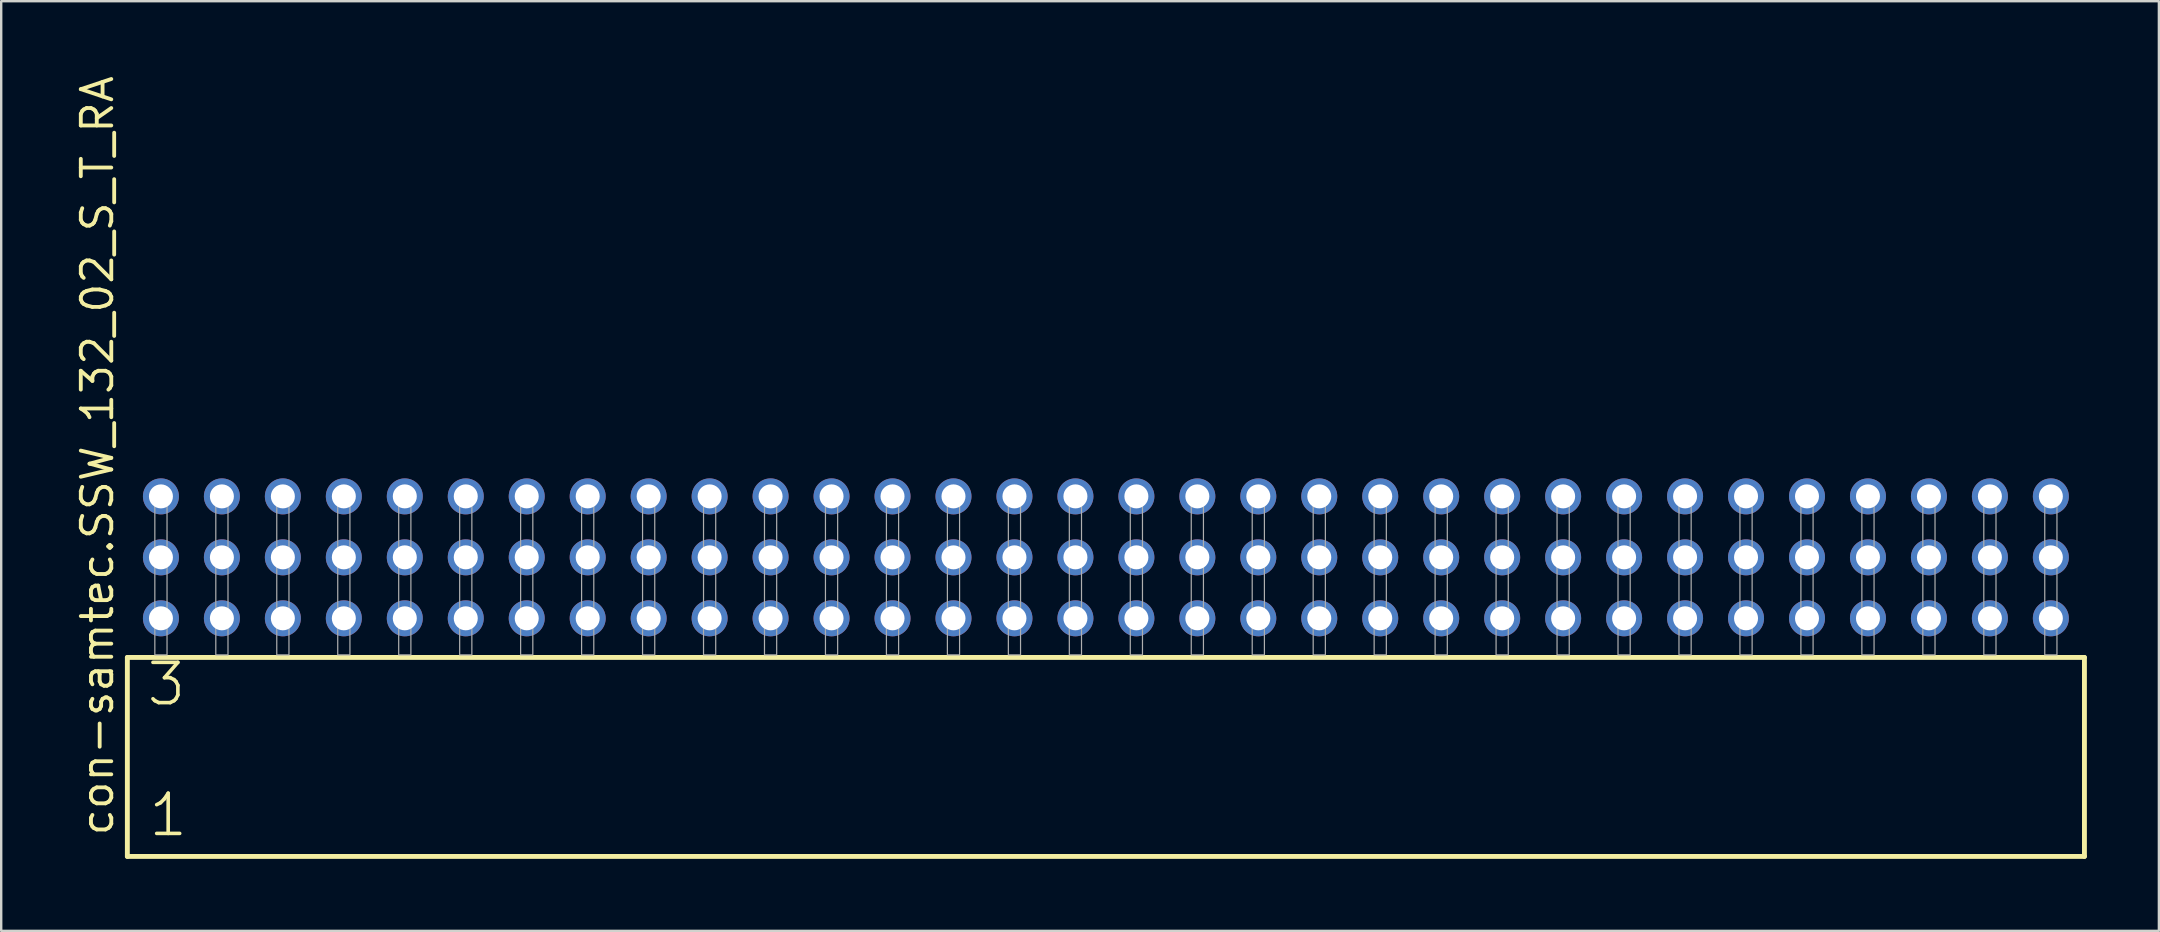
<source format=kicad_pcb>
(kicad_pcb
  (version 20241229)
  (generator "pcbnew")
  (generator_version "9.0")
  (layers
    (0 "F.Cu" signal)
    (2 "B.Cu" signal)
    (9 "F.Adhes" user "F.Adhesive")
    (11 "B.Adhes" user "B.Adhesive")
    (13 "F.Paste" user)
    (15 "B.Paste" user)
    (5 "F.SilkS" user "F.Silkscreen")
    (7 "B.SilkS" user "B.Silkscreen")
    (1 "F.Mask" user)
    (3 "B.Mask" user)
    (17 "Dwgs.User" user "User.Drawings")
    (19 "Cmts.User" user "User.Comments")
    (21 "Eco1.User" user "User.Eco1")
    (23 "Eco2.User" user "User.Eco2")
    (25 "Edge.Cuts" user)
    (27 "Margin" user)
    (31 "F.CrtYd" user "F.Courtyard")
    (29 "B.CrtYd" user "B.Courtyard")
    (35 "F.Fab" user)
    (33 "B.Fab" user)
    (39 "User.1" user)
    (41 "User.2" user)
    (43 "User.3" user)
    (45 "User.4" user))
  (footprint "con-samtec.SSW_132_02_S_T_RA"
    (layer "F.Cu")
    (at 43.025 24.235)
    (property "Reference" "con-samtec.SSW_132_02_S_T_RA" (at -41.275 7.62 90) (layer "F.SilkS") (effects (font (size 1.27 1.27) (thickness 0.16)) (justify left bottom)))
    (attr through_hole)
    (fp_line (start -40.769 0.106) (end -40.769 8.396) (stroke (width 0.203) (type default)) (layer "F.SilkS"))
    (fp_line (start -40.769 8.396) (end 40.769 8.396) (stroke (width 0.203) (type default)) (layer "F.SilkS"))
    (fp_line (start 40.769 0.106) (end -40.769 0.106) (stroke (width 0.203) (type default)) (layer "F.SilkS"))
    (fp_line (start 40.769 8.396) (end 40.769 0.106) (stroke (width 0.203) (type default)) (layer "F.SilkS"))
    (fp_rect (start -39.624 0) (end -39.116 -6.858) (stroke (width 0.05) (type default)) (fill no) (layer "F.Fab"))
    (fp_rect (start -37.084 0) (end -36.576 -6.858) (stroke (width 0.05) (type default)) (fill no) (layer "F.Fab"))
    (fp_rect (start -34.544 0) (end -34.036 -6.858) (stroke (width 0.05) (type default)) (fill no) (layer "F.Fab"))
    (fp_rect (start -32.004 0) (end -31.496 -6.858) (stroke (width 0.05) (type default)) (fill no) (layer "F.Fab"))
    (fp_rect (start -29.464 0) (end -28.956 -6.858) (stroke (width 0.05) (type default)) (fill no) (layer "F.Fab"))
    (fp_rect (start -26.924 0) (end -26.416 -6.858) (stroke (width 0.05) (type default)) (fill no) (layer "F.Fab"))
    (fp_rect (start -24.384 0) (end -23.876 -6.858) (stroke (width 0.05) (type default)) (fill no) (layer "F.Fab"))
    (fp_rect (start -21.844 0) (end -21.336 -6.858) (stroke (width 0.05) (type default)) (fill no) (layer "F.Fab"))
    (fp_rect (start -19.304 0) (end -18.796 -6.858) (stroke (width 0.05) (type default)) (fill no) (layer "F.Fab"))
    (fp_rect (start -16.764 0) (end -16.256 -6.858) (stroke (width 0.05) (type default)) (fill no) (layer "F.Fab"))
    (fp_rect (start -14.224 0) (end -13.716 -6.858) (stroke (width 0.05) (type default)) (fill no) (layer "F.Fab"))
    (fp_rect (start -11.684 0) (end -11.176 -6.858) (stroke (width 0.05) (type default)) (fill no) (layer "F.Fab"))
    (fp_rect (start -9.144 0) (end -8.636 -6.858) (stroke (width 0.05) (type default)) (fill no) (layer "F.Fab"))
    (fp_rect (start -6.604 0) (end -6.096 -6.858) (stroke (width 0.05) (type default)) (fill no) (layer "F.Fab"))
    (fp_rect (start -4.064 0) (end -3.556 -6.858) (stroke (width 0.05) (type default)) (fill no) (layer "F.Fab"))
    (fp_rect (start -1.524 0) (end -1.016 -6.858) (stroke (width 0.05) (type default)) (fill no) (layer "F.Fab"))
    (fp_rect (start 1.016 0) (end 1.524 -6.858) (stroke (width 0.05) (type default)) (fill no) (layer "F.Fab"))
    (fp_rect (start 3.556 0) (end 4.064 -6.858) (stroke (width 0.05) (type default)) (fill no) (layer "F.Fab"))
    (fp_rect (start 6.096 0) (end 6.604 -6.858) (stroke (width 0.05) (type default)) (fill no) (layer "F.Fab"))
    (fp_rect (start 8.636 0) (end 9.144 -6.858) (stroke (width 0.05) (type default)) (fill no) (layer "F.Fab"))
    (fp_rect (start 11.176 0) (end 11.684 -6.858) (stroke (width 0.05) (type default)) (fill no) (layer "F.Fab"))
    (fp_rect (start 13.716 0) (end 14.224 -6.858) (stroke (width 0.05) (type default)) (fill no) (layer "F.Fab"))
    (fp_rect (start 16.256 0) (end 16.764 -6.858) (stroke (width 0.05) (type default)) (fill no) (layer "F.Fab"))
    (fp_rect (start 18.796 0) (end 19.304 -6.858) (stroke (width 0.05) (type default)) (fill no) (layer "F.Fab"))
    (fp_rect (start 21.336 0) (end 21.844 -6.858) (stroke (width 0.05) (type default)) (fill no) (layer "F.Fab"))
    (fp_rect (start 23.876 0) (end 24.384 -6.858) (stroke (width 0.05) (type default)) (fill no) (layer "F.Fab"))
    (fp_rect (start 26.416 0) (end 26.924 -6.858) (stroke (width 0.05) (type default)) (fill no) (layer "F.Fab"))
    (fp_rect (start 28.956 0) (end 29.464 -6.858) (stroke (width 0.05) (type default)) (fill no) (layer "F.Fab"))
    (fp_rect (start 31.496 0) (end 32.004 -6.858) (stroke (width 0.05) (type default)) (fill no) (layer "F.Fab"))
    (fp_rect (start 34.036 0) (end 34.544 -6.858) (stroke (width 0.05) (type default)) (fill no) (layer "F.Fab"))
    (fp_rect (start 36.576 0) (end 37.084 -6.858) (stroke (width 0.05) (type default)) (fill no) (layer "F.Fab"))
    (fp_rect (start 39.116 0) (end 39.624 -6.858) (stroke (width 0.05) (type default)) (fill no) (layer "F.Fab"))
    (fp_text user "1" (at -39.965 7.65 0) (layer "F.SilkS") (effects (font (size 1.676 1.676) (thickness 0.15)) (justify left bottom)))
    (fp_text user "3" (at -40.04 2.2 0) (layer "F.SilkS") (effects (font (size 1.676 1.676) (thickness 0.15)) (justify left bottom)))
    (pad "1" thru_hole circle (at -39.37 -1.524) (size 1.5 1.5) (drill 1) (layers "*.Cu" "*.Mask"))
    (pad "2" thru_hole circle (at -39.37 -4.064) (size 1.5 1.5) (drill 1) (layers "*.Cu" "*.Mask"))
    (pad "3" thru_hole circle (at -39.37 -6.604) (size 1.5 1.5) (drill 1) (layers "*.Cu" "*.Mask"))
    (pad "4" thru_hole circle (at -36.83 -1.524) (size 1.5 1.5) (drill 1) (layers "*.Cu" "*.Mask"))
    (pad "5" thru_hole circle (at -36.83 -4.064) (size 1.5 1.5) (drill 1) (layers "*.Cu" "*.Mask"))
    (pad "6" thru_hole circle (at -36.83 -6.604) (size 1.5 1.5) (drill 1) (layers "*.Cu" "*.Mask"))
    (pad "7" thru_hole circle (at -34.29 -1.524) (size 1.5 1.5) (drill 1) (layers "*.Cu" "*.Mask"))
    (pad "8" thru_hole circle (at -34.29 -4.064) (size 1.5 1.5) (drill 1) (layers "*.Cu" "*.Mask"))
    (pad "9" thru_hole circle (at -34.29 -6.604) (size 1.5 1.5) (drill 1) (layers "*.Cu" "*.Mask"))
    (pad "10" thru_hole circle (at -31.75 -1.524) (size 1.5 1.5) (drill 1) (layers "*.Cu" "*.Mask"))
    (pad "11" thru_hole circle (at -31.75 -4.064) (size 1.5 1.5) (drill 1) (layers "*.Cu" "*.Mask"))
    (pad "12" thru_hole circle (at -31.75 -6.604) (size 1.5 1.5) (drill 1) (layers "*.Cu" "*.Mask"))
    (pad "13" thru_hole circle (at -29.21 -1.524) (size 1.5 1.5) (drill 1) (layers "*.Cu" "*.Mask"))
    (pad "14" thru_hole circle (at -29.21 -4.064) (size 1.5 1.5) (drill 1) (layers "*.Cu" "*.Mask"))
    (pad "15" thru_hole circle (at -29.21 -6.604) (size 1.5 1.5) (drill 1) (layers "*.Cu" "*.Mask"))
    (pad "16" thru_hole circle (at -26.67 -1.524) (size 1.5 1.5) (drill 1) (layers "*.Cu" "*.Mask"))
    (pad "17" thru_hole circle (at -26.67 -4.064) (size 1.5 1.5) (drill 1) (layers "*.Cu" "*.Mask"))
    (pad "18" thru_hole circle (at -26.67 -6.604) (size 1.5 1.5) (drill 1) (layers "*.Cu" "*.Mask"))
    (pad "19" thru_hole circle (at -24.13 -1.524) (size 1.5 1.5) (drill 1) (layers "*.Cu" "*.Mask"))
    (pad "20" thru_hole circle (at -24.13 -4.064) (size 1.5 1.5) (drill 1) (layers "*.Cu" "*.Mask"))
    (pad "21" thru_hole circle (at -24.13 -6.604) (size 1.5 1.5) (drill 1) (layers "*.Cu" "*.Mask"))
    (pad "22" thru_hole circle (at -21.59 -1.524) (size 1.5 1.5) (drill 1) (layers "*.Cu" "*.Mask"))
    (pad "23" thru_hole circle (at -21.59 -4.064) (size 1.5 1.5) (drill 1) (layers "*.Cu" "*.Mask"))
    (pad "24" thru_hole circle (at -21.59 -6.604) (size 1.5 1.5) (drill 1) (layers "*.Cu" "*.Mask"))
    (pad "25" thru_hole circle (at -19.05 -1.524) (size 1.5 1.5) (drill 1) (layers "*.Cu" "*.Mask"))
    (pad "26" thru_hole circle (at -19.05 -4.064) (size 1.5 1.5) (drill 1) (layers "*.Cu" "*.Mask"))
    (pad "27" thru_hole circle (at -19.05 -6.604) (size 1.5 1.5) (drill 1) (layers "*.Cu" "*.Mask"))
    (pad "28" thru_hole circle (at -16.51 -1.524) (size 1.5 1.5) (drill 1) (layers "*.Cu" "*.Mask"))
    (pad "29" thru_hole circle (at -16.51 -4.064) (size 1.5 1.5) (drill 1) (layers "*.Cu" "*.Mask"))
    (pad "30" thru_hole circle (at -16.51 -6.604) (size 1.5 1.5) (drill 1) (layers "*.Cu" "*.Mask"))
    (pad "31" thru_hole circle (at -13.97 -1.524) (size 1.5 1.5) (drill 1) (layers "*.Cu" "*.Mask"))
    (pad "32" thru_hole circle (at -13.97 -4.064) (size 1.5 1.5) (drill 1) (layers "*.Cu" "*.Mask"))
    (pad "33" thru_hole circle (at -13.97 -6.604) (size 1.5 1.5) (drill 1) (layers "*.Cu" "*.Mask"))
    (pad "34" thru_hole circle (at -11.43 -1.524) (size 1.5 1.5) (drill 1) (layers "*.Cu" "*.Mask"))
    (pad "35" thru_hole circle (at -11.43 -4.064) (size 1.5 1.5) (drill 1) (layers "*.Cu" "*.Mask"))
    (pad "36" thru_hole circle (at -11.43 -6.604) (size 1.5 1.5) (drill 1) (layers "*.Cu" "*.Mask"))
    (pad "37" thru_hole circle (at -8.89 -1.524) (size 1.5 1.5) (drill 1) (layers "*.Cu" "*.Mask"))
    (pad "38" thru_hole circle (at -8.89 -4.064) (size 1.5 1.5) (drill 1) (layers "*.Cu" "*.Mask"))
    (pad "39" thru_hole circle (at -8.89 -6.604) (size 1.5 1.5) (drill 1) (layers "*.Cu" "*.Mask"))
    (pad "40" thru_hole circle (at -6.35 -1.524) (size 1.5 1.5) (drill 1) (layers "*.Cu" "*.Mask"))
    (pad "41" thru_hole circle (at -6.35 -4.064) (size 1.5 1.5) (drill 1) (layers "*.Cu" "*.Mask"))
    (pad "42" thru_hole circle (at -6.35 -6.604) (size 1.5 1.5) (drill 1) (layers "*.Cu" "*.Mask"))
    (pad "43" thru_hole circle (at -3.81 -1.524) (size 1.5 1.5) (drill 1) (layers "*.Cu" "*.Mask"))
    (pad "44" thru_hole circle (at -3.81 -4.064) (size 1.5 1.5) (drill 1) (layers "*.Cu" "*.Mask"))
    (pad "45" thru_hole circle (at -3.81 -6.604) (size 1.5 1.5) (drill 1) (layers "*.Cu" "*.Mask"))
    (pad "46" thru_hole circle (at -1.27 -1.524) (size 1.5 1.5) (drill 1) (layers "*.Cu" "*.Mask"))
    (pad "47" thru_hole circle (at -1.27 -4.064) (size 1.5 1.5) (drill 1) (layers "*.Cu" "*.Mask"))
    (pad "48" thru_hole circle (at -1.27 -6.604) (size 1.5 1.5) (drill 1) (layers "*.Cu" "*.Mask"))
    (pad "49" thru_hole circle (at 1.27 -1.524) (size 1.5 1.5) (drill 1) (layers "*.Cu" "*.Mask"))
    (pad "50" thru_hole circle (at 1.27 -4.064) (size 1.5 1.5) (drill 1) (layers "*.Cu" "*.Mask"))
    (pad "51" thru_hole circle (at 1.27 -6.604) (size 1.5 1.5) (drill 1) (layers "*.Cu" "*.Mask"))
    (pad "52" thru_hole circle (at 3.81 -1.524) (size 1.5 1.5) (drill 1) (layers "*.Cu" "*.Mask"))
    (pad "53" thru_hole circle (at 3.81 -4.064) (size 1.5 1.5) (drill 1) (layers "*.Cu" "*.Mask"))
    (pad "54" thru_hole circle (at 3.81 -6.604) (size 1.5 1.5) (drill 1) (layers "*.Cu" "*.Mask"))
    (pad "55" thru_hole circle (at 6.35 -1.524) (size 1.5 1.5) (drill 1) (layers "*.Cu" "*.Mask"))
    (pad "56" thru_hole circle (at 6.35 -4.064) (size 1.5 1.5) (drill 1) (layers "*.Cu" "*.Mask"))
    (pad "57" thru_hole circle (at 6.35 -6.604) (size 1.5 1.5) (drill 1) (layers "*.Cu" "*.Mask"))
    (pad "58" thru_hole circle (at 8.89 -1.524) (size 1.5 1.5) (drill 1) (layers "*.Cu" "*.Mask"))
    (pad "59" thru_hole circle (at 8.89 -4.064) (size 1.5 1.5) (drill 1) (layers "*.Cu" "*.Mask"))
    (pad "60" thru_hole circle (at 8.89 -6.604) (size 1.5 1.5) (drill 1) (layers "*.Cu" "*.Mask"))
    (pad "61" thru_hole circle (at 11.43 -1.524) (size 1.5 1.5) (drill 1) (layers "*.Cu" "*.Mask"))
    (pad "62" thru_hole circle (at 11.43 -4.064) (size 1.5 1.5) (drill 1) (layers "*.Cu" "*.Mask"))
    (pad "63" thru_hole circle (at 11.43 -6.604) (size 1.5 1.5) (drill 1) (layers "*.Cu" "*.Mask"))
    (pad "64" thru_hole circle (at 13.97 -1.524) (size 1.5 1.5) (drill 1) (layers "*.Cu" "*.Mask"))
    (pad "65" thru_hole circle (at 13.97 -4.064) (size 1.5 1.5) (drill 1) (layers "*.Cu" "*.Mask"))
    (pad "66" thru_hole circle (at 13.97 -6.604) (size 1.5 1.5) (drill 1) (layers "*.Cu" "*.Mask"))
    (pad "67" thru_hole circle (at 16.51 -1.524) (size 1.5 1.5) (drill 1) (layers "*.Cu" "*.Mask"))
    (pad "68" thru_hole circle (at 16.51 -4.064) (size 1.5 1.5) (drill 1) (layers "*.Cu" "*.Mask"))
    (pad "69" thru_hole circle (at 16.51 -6.604) (size 1.5 1.5) (drill 1) (layers "*.Cu" "*.Mask"))
    (pad "70" thru_hole circle (at 19.05 -1.524) (size 1.5 1.5) (drill 1) (layers "*.Cu" "*.Mask"))
    (pad "71" thru_hole circle (at 19.05 -4.064) (size 1.5 1.5) (drill 1) (layers "*.Cu" "*.Mask"))
    (pad "72" thru_hole circle (at 19.05 -6.604) (size 1.5 1.5) (drill 1) (layers "*.Cu" "*.Mask"))
    (pad "73" thru_hole circle (at 21.59 -1.524) (size 1.5 1.5) (drill 1) (layers "*.Cu" "*.Mask"))
    (pad "74" thru_hole circle (at 21.59 -4.064) (size 1.5 1.5) (drill 1) (layers "*.Cu" "*.Mask"))
    (pad "75" thru_hole circle (at 21.59 -6.604) (size 1.5 1.5) (drill 1) (layers "*.Cu" "*.Mask"))
    (pad "76" thru_hole circle (at 24.13 -1.524) (size 1.5 1.5) (drill 1) (layers "*.Cu" "*.Mask"))
    (pad "77" thru_hole circle (at 24.13 -4.064) (size 1.5 1.5) (drill 1) (layers "*.Cu" "*.Mask"))
    (pad "78" thru_hole circle (at 24.13 -6.604) (size 1.5 1.5) (drill 1) (layers "*.Cu" "*.Mask"))
    (pad "79" thru_hole circle (at 26.67 -1.524) (size 1.5 1.5) (drill 1) (layers "*.Cu" "*.Mask"))
    (pad "80" thru_hole circle (at 26.67 -4.064) (size 1.5 1.5) (drill 1) (layers "*.Cu" "*.Mask"))
    (pad "81" thru_hole circle (at 26.67 -6.604) (size 1.5 1.5) (drill 1) (layers "*.Cu" "*.Mask"))
    (pad "82" thru_hole circle (at 29.21 -1.524) (size 1.5 1.5) (drill 1) (layers "*.Cu" "*.Mask"))
    (pad "83" thru_hole circle (at 29.21 -4.064) (size 1.5 1.5) (drill 1) (layers "*.Cu" "*.Mask"))
    (pad "84" thru_hole circle (at 29.21 -6.604) (size 1.5 1.5) (drill 1) (layers "*.Cu" "*.Mask"))
    (pad "85" thru_hole circle (at 31.75 -1.524) (size 1.5 1.5) (drill 1) (layers "*.Cu" "*.Mask"))
    (pad "86" thru_hole circle (at 31.75 -4.064) (size 1.5 1.5) (drill 1) (layers "*.Cu" "*.Mask"))
    (pad "87" thru_hole circle (at 31.75 -6.604) (size 1.5 1.5) (drill 1) (layers "*.Cu" "*.Mask"))
    (pad "88" thru_hole circle (at 34.29 -1.524) (size 1.5 1.5) (drill 1) (layers "*.Cu" "*.Mask"))
    (pad "89" thru_hole circle (at 34.29 -4.064) (size 1.5 1.5) (drill 1) (layers "*.Cu" "*.Mask"))
    (pad "90" thru_hole circle (at 34.29 -6.604) (size 1.5 1.5) (drill 1) (layers "*.Cu" "*.Mask"))
    (pad "91" thru_hole circle (at 36.83 -1.524) (size 1.5 1.5) (drill 1) (layers "*.Cu" "*.Mask"))
    (pad "92" thru_hole circle (at 36.83 -4.064) (size 1.5 1.5) (drill 1) (layers "*.Cu" "*.Mask"))
    (pad "93" thru_hole circle (at 36.83 -6.604) (size 1.5 1.5) (drill 1) (layers "*.Cu" "*.Mask"))
    (pad "94" thru_hole circle (at 39.37 -1.524) (size 1.5 1.5) (drill 1) (layers "*.Cu" "*.Mask"))
    (pad "95" thru_hole circle (at 39.37 -4.064) (size 1.5 1.5) (drill 1) (layers "*.Cu" "*.Mask"))
    (pad "96" thru_hole circle (at 39.37 -6.604) (size 1.5 1.5) (drill 1) (layers "*.Cu" "*.Mask")))
  (gr_rect
    (start -3 -3)
    (end 86.896 35.733)
    (stroke (width 0.1) (type default))
    (fill no)
    (layer "Edge.Cuts")))
</source>
